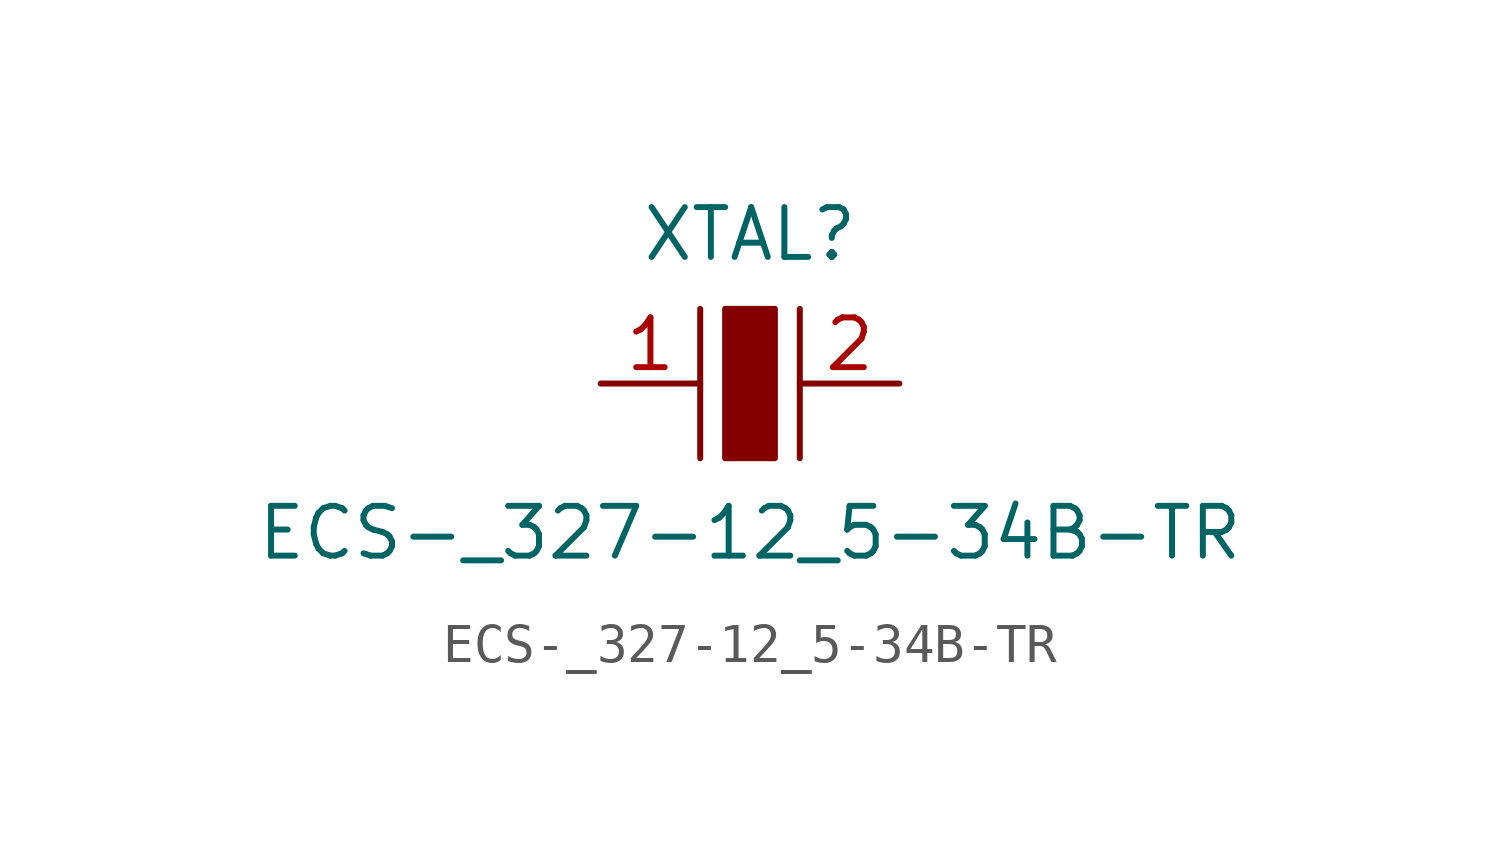
<source format=kicad_sym>
(kicad_symbol_lib
  (version 20211014)
  (generator kicad_symbol_editor)
  (symbol "ECS-_327-12_5-34B-TR"
    (pin_names
      (offset 1.016))
    (property "Reference" "XTAL"
      (at 0 3.81 0)
      (effects (font (size 1.27 1.27))))
    (property "Value" "ECS-_327-12_5-34B-TR"
      (at 0 -3.81 0)
      (effects (font (size 1.27 1.27))))
    (symbol "ECS-_327-12_5-34B-TR_1_1"
      (rectangle (start -0.635 1.905) (end 0.635 -1.905) (stroke (width 0) (type default) (color 0 0 0 0)) (fill (type outline)))
      (polyline (pts (xy -1.27 1.905) (xy -1.27 -1.905)) (stroke (width 0) (type default) (color 0 0 0 0)) (fill (type none)))
      (polyline (pts (xy 1.27 1.905) (xy 1.27 -1.905)) (stroke (width 0) (type default) (color 0 0 0 0)) (fill (type none)))
      (pin bidirectional line (at -3.81 0 0) (length 2.54) (name "~" (effects (font (size 1.27 1.27)))) (number "1" (effects (font (size 1.27 1.27)))))
      (pin bidirectional line (at 3.81 0 180) (length 2.54) (name "~" (effects (font (size 1.27 1.27)))) (number "2" (effects (font (size 1.27 1.27))))))))
</source>
